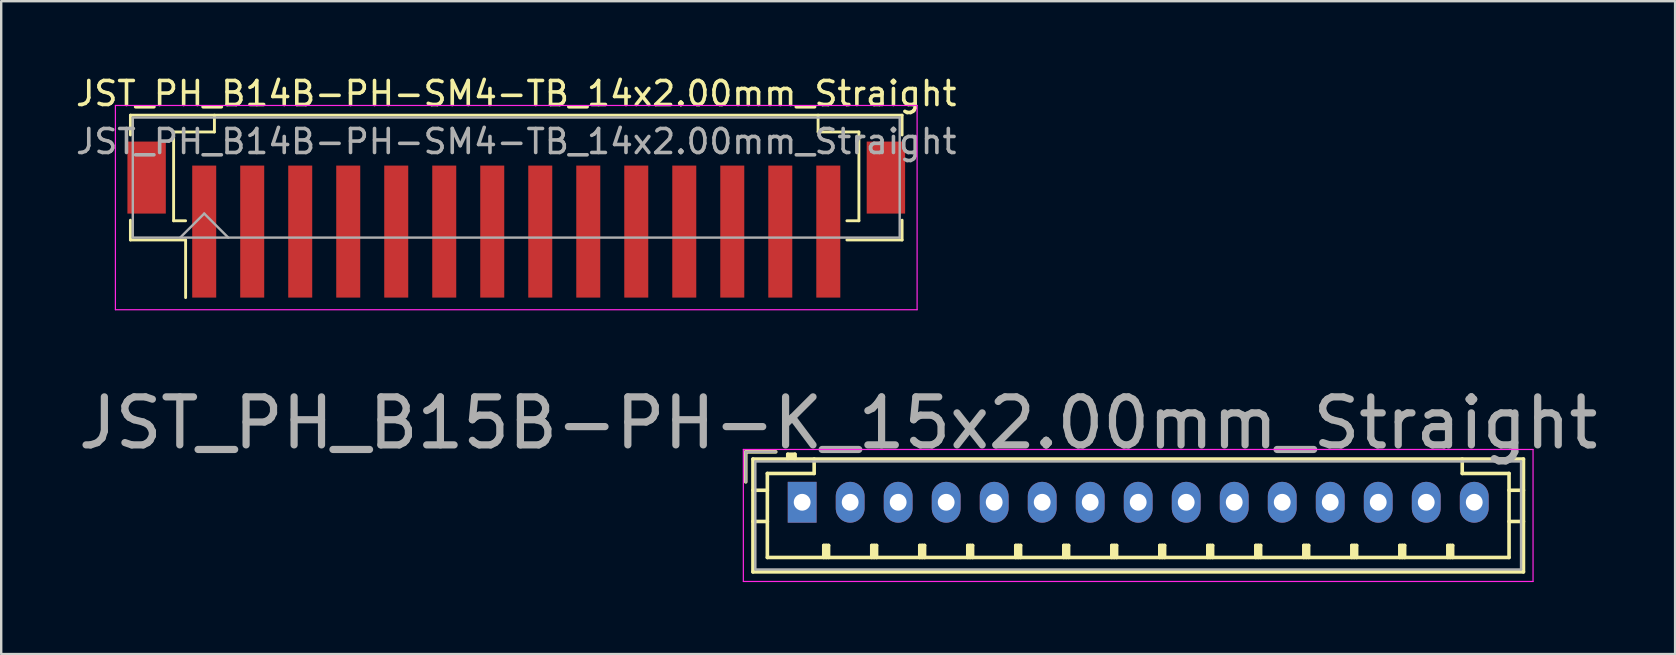
<source format=kicad_pcb>
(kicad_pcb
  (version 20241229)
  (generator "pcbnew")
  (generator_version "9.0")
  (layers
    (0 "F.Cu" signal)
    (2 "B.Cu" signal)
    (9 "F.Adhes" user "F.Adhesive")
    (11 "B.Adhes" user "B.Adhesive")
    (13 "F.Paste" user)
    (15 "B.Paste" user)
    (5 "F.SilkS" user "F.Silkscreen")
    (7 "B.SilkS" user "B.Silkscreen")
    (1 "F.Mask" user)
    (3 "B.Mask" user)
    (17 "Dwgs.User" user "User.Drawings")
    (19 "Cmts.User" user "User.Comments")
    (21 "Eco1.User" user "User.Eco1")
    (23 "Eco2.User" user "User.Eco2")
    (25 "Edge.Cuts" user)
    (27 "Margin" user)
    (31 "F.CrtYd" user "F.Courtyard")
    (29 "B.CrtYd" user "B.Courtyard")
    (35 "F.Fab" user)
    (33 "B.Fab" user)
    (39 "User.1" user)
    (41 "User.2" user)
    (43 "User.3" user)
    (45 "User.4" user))
  (footprint "JST_PH_B14B-PH-SM4-TB_14x2.00mm_Straight"
    (layer "F.Cu")
    (at 18.458 5.473)
    (property "Reference" "JST_PH_B14B-PH-SM4-TB_14x2.00mm_Straight" (at 0 -4.625 0) (layer "F.SilkS") (effects (font (size 1 1) (thickness 0.15))))
    (attr through_hole)
    (fp_line (start -16.075 -3.725) (end 16.075 -3.725) (stroke (width 0.12) (type solid)) (layer "F.SilkS"))
    (fp_line (start -16.075 -2.9) (end -16.075 -3.725) (stroke (width 0.12) (type solid)) (layer "F.SilkS"))
    (fp_line (start -16.075 0.65) (end -16.075 1.475) (stroke (width 0.12) (type solid)) (layer "F.SilkS"))
    (fp_line (start -16.075 1.475) (end -13.775 1.475) (stroke (width 0.12) (type solid)) (layer "F.SilkS"))
    (fp_line (start -14.275 -3.025) (end -14.275 0.675) (stroke (width 0.12) (type solid)) (layer "F.SilkS"))
    (fp_line (start -14.275 0.675) (end -13.775 0.675) (stroke (width 0.12) (type solid)) (layer "F.SilkS"))
    (fp_line (start -13.775 1.475) (end -13.775 3.875) (stroke (width 0.12) (type solid)) (layer "F.SilkS"))
    (fp_line (start -12.575 -3.725) (end -12.575 -3.025) (stroke (width 0.12) (type solid)) (layer "F.SilkS"))
    (fp_line (start -12.575 -3.025) (end -14.275 -3.025) (stroke (width 0.12) (type solid)) (layer "F.SilkS"))
    (fp_line (start 12.575 -3.725) (end 12.575 -3.025) (stroke (width 0.12) (type solid)) (layer "F.SilkS"))
    (fp_line (start 12.575 -3.025) (end 14.275 -3.025) (stroke (width 0.12) (type solid)) (layer "F.SilkS"))
    (fp_line (start 14.275 -3.025) (end 14.275 0.675) (stroke (width 0.12) (type solid)) (layer "F.SilkS"))
    (fp_line (start 14.275 0.675) (end 13.775 0.675) (stroke (width 0.12) (type solid)) (layer "F.SilkS"))
    (fp_line (start 16.075 -3.725) (end 16.075 -2.9) (stroke (width 0.12) (type solid)) (layer "F.SilkS"))
    (fp_line (start 16.075 0.65) (end 16.075 1.475) (stroke (width 0.12) (type solid)) (layer "F.SilkS"))
    (fp_line (start 16.075 1.475) (end 13.775 1.475) (stroke (width 0.12) (type solid)) (layer "F.SilkS"))
    (fp_line (start -16.7 -4.13) (end -16.7 4.38) (stroke (width 0.05) (type solid)) (layer "F.CrtYd"))
    (fp_line (start -16.7 4.38) (end 16.7 4.38) (stroke (width 0.05) (type solid)) (layer "F.CrtYd"))
    (fp_line (start 16.7 -4.13) (end -16.7 -4.13) (stroke (width 0.05) (type solid)) (layer "F.CrtYd"))
    (fp_line (start 16.7 4.38) (end 16.7 -4.13) (stroke (width 0.05) (type solid)) (layer "F.CrtYd"))
    (fp_line (start -15.975 -3.625) (end -15.975 1.375) (stroke (width 0.1) (type solid)) (layer "F.Fab"))
    (fp_line (start -15.975 1.375) (end 15.975 1.375) (stroke (width 0.1) (type solid)) (layer "F.Fab"))
    (fp_line (start -14 1.375) (end -13 0.375) (stroke (width 0.1) (type solid)) (layer "F.Fab"))
    (fp_line (start -13 0.375) (end -12 1.375) (stroke (width 0.1) (type solid)) (layer "F.Fab"))
    (fp_line (start 15.975 -3.625) (end -15.975 -3.625) (stroke (width 0.1) (type solid)) (layer "F.Fab"))
    (fp_line (start 15.975 1.375) (end 15.975 -3.625) (stroke (width 0.1) (type solid)) (layer "F.Fab"))
    (fp_text user "${REFERENCE}" (at 0 -2.625 0) (layer "F.Fab") (effects (font (size 1 1) (thickness 0.15))))
    (pad "" smd rect (at -15.4 -1.125) (size 1.6 3) (layers "F.Cu" "F.Mask" "F.Paste"))
    (pad "" smd rect (at 15.4 -1.125) (size 1.6 3) (layers "F.Cu" "F.Mask" "F.Paste"))
    (pad "0" smd rect (at -13 1.125) (size 1 5.5) (layers "F.Cu" "F.Mask" "F.Paste"))
    (pad "1" smd rect (at -11 1.125) (size 1 5.5) (layers "F.Cu" "F.Mask" "F.Paste"))
    (pad "2" smd rect (at -9 1.125) (size 1 5.5) (layers "F.Cu" "F.Mask" "F.Paste"))
    (pad "3" smd rect (at -7 1.125) (size 1 5.5) (layers "F.Cu" "F.Mask" "F.Paste"))
    (pad "4" smd rect (at -5 1.125) (size 1 5.5) (layers "F.Cu" "F.Mask" "F.Paste"))
    (pad "5" smd rect (at -3 1.125) (size 1 5.5) (layers "F.Cu" "F.Mask" "F.Paste"))
    (pad "6" smd rect (at -1 1.125) (size 1 5.5) (layers "F.Cu" "F.Mask" "F.Paste"))
    (pad "7" smd rect (at 1 1.125) (size 1 5.5) (layers "F.Cu" "F.Mask" "F.Paste"))
    (pad "8" smd rect (at 3 1.125) (size 1 5.5) (layers "F.Cu" "F.Mask" "F.Paste"))
    (pad "9" smd rect (at 5 1.125) (size 1 5.5) (layers "F.Cu" "F.Mask" "F.Paste"))
    (pad "10" smd rect (at 7 1.125) (size 1 5.5) (layers "F.Cu" "F.Mask" "F.Paste"))
    (pad "11" smd rect (at 9 1.125) (size 1 5.5) (layers "F.Cu" "F.Mask" "F.Paste"))
    (pad "12" smd rect (at 11 1.125) (size 1 5.5) (layers "F.Cu" "F.Mask" "F.Paste"))
    (pad "13" smd rect (at 13 1.125) (size 1 5.5) (layers "F.Cu" "F.Mask" "F.Paste")))
  (footprint "JST_PH_B15B-PH-K_15x2.00mm_Straight"
    (layer "F.Cu")
    (at 30.369 17.875)
    (property "Reference" "JST_PH_B15B-PH-K_15x2.00mm_Straight" (at 1.5 -3.3 0) (layer "F.Fab") (effects (font (size 2 2) (thickness 0.3))))
    (attr through_hole)
    (fp_line (start -2.35 -2.1) (end -2.35 -0.85) (stroke (width 0.15) (type solid)) (layer "F.SilkS"))
    (fp_line (start -2.05 -1.8) (end -2.05 2.9) (stroke (width 0.15) (type solid)) (layer "F.SilkS"))
    (fp_line (start -2.05 -0.5) (end -1.45 -0.5) (stroke (width 0.15) (type solid)) (layer "F.SilkS"))
    (fp_line (start -2.05 0.8) (end -1.45 0.8) (stroke (width 0.15) (type solid)) (layer "F.SilkS"))
    (fp_line (start -2.05 2.9) (end 30.05 2.9) (stroke (width 0.15) (type solid)) (layer "F.SilkS"))
    (fp_line (start -1.45 -1.2) (end -1.45 2.3) (stroke (width 0.15) (type solid)) (layer "F.SilkS"))
    (fp_line (start -1.45 2.3) (end 29.45 2.3) (stroke (width 0.15) (type solid)) (layer "F.SilkS"))
    (fp_line (start -1.1 -2.1) (end -2.35 -2.1) (stroke (width 0.15) (type solid)) (layer "F.SilkS"))
    (fp_line (start -0.6 -2) (end -0.6 -1.8) (stroke (width 0.15) (type solid)) (layer "F.SilkS"))
    (fp_line (start -0.3 -2) (end -0.6 -2) (stroke (width 0.15) (type solid)) (layer "F.SilkS"))
    (fp_line (start -0.3 -1.9) (end -0.6 -1.9) (stroke (width 0.15) (type solid)) (layer "F.SilkS"))
    (fp_line (start -0.3 -1.8) (end -0.3 -2) (stroke (width 0.15) (type solid)) (layer "F.SilkS"))
    (fp_line (start 0.5 -1.8) (end 0.5 -1.2) (stroke (width 0.15) (type solid)) (layer "F.SilkS"))
    (fp_line (start 0.5 -1.2) (end -1.45 -1.2) (stroke (width 0.15) (type solid)) (layer "F.SilkS"))
    (fp_line (start 0.9 1.8) (end 1.1 1.8) (stroke (width 0.15) (type solid)) (layer "F.SilkS"))
    (fp_line (start 0.9 2.3) (end 0.9 1.8) (stroke (width 0.15) (type solid)) (layer "F.SilkS"))
    (fp_line (start 1 2.3) (end 1 1.8) (stroke (width 0.15) (type solid)) (layer "F.SilkS"))
    (fp_line (start 1.1 1.8) (end 1.1 2.3) (stroke (width 0.15) (type solid)) (layer "F.SilkS"))
    (fp_line (start 2.9 1.8) (end 3.1 1.8) (stroke (width 0.15) (type solid)) (layer "F.SilkS"))
    (fp_line (start 2.9 2.3) (end 2.9 1.8) (stroke (width 0.15) (type solid)) (layer "F.SilkS"))
    (fp_line (start 3 2.3) (end 3 1.8) (stroke (width 0.15) (type solid)) (layer "F.SilkS"))
    (fp_line (start 3.1 1.8) (end 3.1 2.3) (stroke (width 0.15) (type solid)) (layer "F.SilkS"))
    (fp_line (start 4.9 1.8) (end 5.1 1.8) (stroke (width 0.15) (type solid)) (layer "F.SilkS"))
    (fp_line (start 4.9 2.3) (end 4.9 1.8) (stroke (width 0.15) (type solid)) (layer "F.SilkS"))
    (fp_line (start 5 2.3) (end 5 1.8) (stroke (width 0.15) (type solid)) (layer "F.SilkS"))
    (fp_line (start 5.1 1.8) (end 5.1 2.3) (stroke (width 0.15) (type solid)) (layer "F.SilkS"))
    (fp_line (start 6.9 1.8) (end 7.1 1.8) (stroke (width 0.15) (type solid)) (layer "F.SilkS"))
    (fp_line (start 6.9 2.3) (end 6.9 1.8) (stroke (width 0.15) (type solid)) (layer "F.SilkS"))
    (fp_line (start 7 2.3) (end 7 1.8) (stroke (width 0.15) (type solid)) (layer "F.SilkS"))
    (fp_line (start 7.1 1.8) (end 7.1 2.3) (stroke (width 0.15) (type solid)) (layer "F.SilkS"))
    (fp_line (start 8.9 1.8) (end 9.1 1.8) (stroke (width 0.15) (type solid)) (layer "F.SilkS"))
    (fp_line (start 8.9 2.3) (end 8.9 1.8) (stroke (width 0.15) (type solid)) (layer "F.SilkS"))
    (fp_line (start 9 2.3) (end 9 1.8) (stroke (width 0.15) (type solid)) (layer "F.SilkS"))
    (fp_line (start 9.1 1.8) (end 9.1 2.3) (stroke (width 0.15) (type solid)) (layer "F.SilkS"))
    (fp_line (start 10.9 1.8) (end 11.1 1.8) (stroke (width 0.15) (type solid)) (layer "F.SilkS"))
    (fp_line (start 10.9 2.3) (end 10.9 1.8) (stroke (width 0.15) (type solid)) (layer "F.SilkS"))
    (fp_line (start 11 2.3) (end 11 1.8) (stroke (width 0.15) (type solid)) (layer "F.SilkS"))
    (fp_line (start 11.1 1.8) (end 11.1 2.3) (stroke (width 0.15) (type solid)) (layer "F.SilkS"))
    (fp_line (start 12.9 1.8) (end 13.1 1.8) (stroke (width 0.15) (type solid)) (layer "F.SilkS"))
    (fp_line (start 12.9 2.3) (end 12.9 1.8) (stroke (width 0.15) (type solid)) (layer "F.SilkS"))
    (fp_line (start 13 2.3) (end 13 1.8) (stroke (width 0.15) (type solid)) (layer "F.SilkS"))
    (fp_line (start 13.1 1.8) (end 13.1 2.3) (stroke (width 0.15) (type solid)) (layer "F.SilkS"))
    (fp_line (start 14.9 1.8) (end 15.1 1.8) (stroke (width 0.15) (type solid)) (layer "F.SilkS"))
    (fp_line (start 14.9 2.3) (end 14.9 1.8) (stroke (width 0.15) (type solid)) (layer "F.SilkS"))
    (fp_line (start 15 2.3) (end 15 1.8) (stroke (width 0.15) (type solid)) (layer "F.SilkS"))
    (fp_line (start 15.1 1.8) (end 15.1 2.3) (stroke (width 0.15) (type solid)) (layer "F.SilkS"))
    (fp_line (start 16.9 1.8) (end 17.1 1.8) (stroke (width 0.15) (type solid)) (layer "F.SilkS"))
    (fp_line (start 16.9 2.3) (end 16.9 1.8) (stroke (width 0.15) (type solid)) (layer "F.SilkS"))
    (fp_line (start 17 2.3) (end 17 1.8) (stroke (width 0.15) (type solid)) (layer "F.SilkS"))
    (fp_line (start 17.1 1.8) (end 17.1 2.3) (stroke (width 0.15) (type solid)) (layer "F.SilkS"))
    (fp_line (start 18.9 1.8) (end 19.1 1.8) (stroke (width 0.15) (type solid)) (layer "F.SilkS"))
    (fp_line (start 18.9 2.3) (end 18.9 1.8) (stroke (width 0.15) (type solid)) (layer "F.SilkS"))
    (fp_line (start 19 2.3) (end 19 1.8) (stroke (width 0.15) (type solid)) (layer "F.SilkS"))
    (fp_line (start 19.1 1.8) (end 19.1 2.3) (stroke (width 0.15) (type solid)) (layer "F.SilkS"))
    (fp_line (start 20.9 1.8) (end 21.1 1.8) (stroke (width 0.15) (type solid)) (layer "F.SilkS"))
    (fp_line (start 20.9 2.3) (end 20.9 1.8) (stroke (width 0.15) (type solid)) (layer "F.SilkS"))
    (fp_line (start 21 2.3) (end 21 1.8) (stroke (width 0.15) (type solid)) (layer "F.SilkS"))
    (fp_line (start 21.1 1.8) (end 21.1 2.3) (stroke (width 0.15) (type solid)) (layer "F.SilkS"))
    (fp_line (start 22.9 1.8) (end 23.1 1.8) (stroke (width 0.15) (type solid)) (layer "F.SilkS"))
    (fp_line (start 22.9 2.3) (end 22.9 1.8) (stroke (width 0.15) (type solid)) (layer "F.SilkS"))
    (fp_line (start 23 2.3) (end 23 1.8) (stroke (width 0.15) (type solid)) (layer "F.SilkS"))
    (fp_line (start 23.1 1.8) (end 23.1 2.3) (stroke (width 0.15) (type solid)) (layer "F.SilkS"))
    (fp_line (start 24.9 1.8) (end 25.1 1.8) (stroke (width 0.15) (type solid)) (layer "F.SilkS"))
    (fp_line (start 24.9 2.3) (end 24.9 1.8) (stroke (width 0.15) (type solid)) (layer "F.SilkS"))
    (fp_line (start 25 2.3) (end 25 1.8) (stroke (width 0.15) (type solid)) (layer "F.SilkS"))
    (fp_line (start 25.1 1.8) (end 25.1 2.3) (stroke (width 0.15) (type solid)) (layer "F.SilkS"))
    (fp_line (start 26.9 1.8) (end 27.1 1.8) (stroke (width 0.15) (type solid)) (layer "F.SilkS"))
    (fp_line (start 26.9 2.3) (end 26.9 1.8) (stroke (width 0.15) (type solid)) (layer "F.SilkS"))
    (fp_line (start 27 2.3) (end 27 1.8) (stroke (width 0.15) (type solid)) (layer "F.SilkS"))
    (fp_line (start 27.1 1.8) (end 27.1 2.3) (stroke (width 0.15) (type solid)) (layer "F.SilkS"))
    (fp_line (start 27.5 -1.2) (end 27.5 -1.8) (stroke (width 0.15) (type solid)) (layer "F.SilkS"))
    (fp_line (start 29.45 -1.2) (end 27.5 -1.2) (stroke (width 0.15) (type solid)) (layer "F.SilkS"))
    (fp_line (start 29.45 2.3) (end 29.45 -1.2) (stroke (width 0.15) (type solid)) (layer "F.SilkS"))
    (fp_line (start 30.05 -1.8) (end -2.05 -1.8) (stroke (width 0.15) (type solid)) (layer "F.SilkS"))
    (fp_line (start 30.05 -0.5) (end 29.45 -0.5) (stroke (width 0.15) (type solid)) (layer "F.SilkS"))
    (fp_line (start 30.05 0.8) (end 29.45 0.8) (stroke (width 0.15) (type solid)) (layer "F.SilkS"))
    (fp_line (start 30.05 2.9) (end 30.05 -1.8) (stroke (width 0.15) (type solid)) (layer "F.SilkS"))
    (fp_line (start -2.45 -2.2) (end -2.45 3.3) (stroke (width 0.05) (type solid)) (layer "F.CrtYd"))
    (fp_line (start -2.45 3.3) (end 30.45 3.3) (stroke (width 0.05) (type solid)) (layer "F.CrtYd"))
    (fp_line (start 30.45 -2.2) (end -2.45 -2.2) (stroke (width 0.05) (type solid)) (layer "F.CrtYd"))
    (fp_line (start 30.45 3.3) (end 30.45 -2.2) (stroke (width 0.05) (type solid)) (layer "F.CrtYd"))
    (fp_line (start -2.35 -2.1) (end -2.35 -0.85) (stroke (width 0.1) (type solid)) (layer "F.Fab"))
    (fp_line (start -1.95 -1.7) (end -1.95 2.8) (stroke (width 0.1) (type solid)) (layer "F.Fab"))
    (fp_line (start -1.95 2.8) (end 29.95 2.8) (stroke (width 0.1) (type solid)) (layer "F.Fab"))
    (fp_line (start -1.1 -2.1) (end -2.35 -2.1) (stroke (width 0.1) (type solid)) (layer "F.Fab"))
    (fp_line (start 29.95 -1.7) (end -1.95 -1.7) (stroke (width 0.1) (type solid)) (layer "F.Fab"))
    (fp_line (start 29.95 2.8) (end 29.95 -1.7) (stroke (width 0.1) (type solid)) (layer "F.Fab"))
    (pad "1" thru_hole rect (at 0 0) (size 1.2 1.7) (drill 0.7) (layers "*.Cu" "*.Mask"))
    (pad "2" thru_hole oval (at 2 0) (size 1.2 1.7) (drill 0.7) (layers "*.Cu" "*.Mask"))
    (pad "3" thru_hole oval (at 4 0) (size 1.2 1.7) (drill 0.7) (layers "*.Cu" "*.Mask"))
    (pad "4" thru_hole oval (at 6 0) (size 1.2 1.7) (drill 0.7) (layers "*.Cu" "*.Mask"))
    (pad "5" thru_hole oval (at 8 0) (size 1.2 1.7) (drill 0.7) (layers "*.Cu" "*.Mask"))
    (pad "6" thru_hole oval (at 10 0) (size 1.2 1.7) (drill 0.7) (layers "*.Cu" "*.Mask"))
    (pad "7" thru_hole oval (at 12 0) (size 1.2 1.7) (drill 0.7) (layers "*.Cu" "*.Mask"))
    (pad "8" thru_hole oval (at 14 0) (size 1.2 1.7) (drill 0.7) (layers "*.Cu" "*.Mask"))
    (pad "9" thru_hole oval (at 16 0) (size 1.2 1.7) (drill 0.7) (layers "*.Cu" "*.Mask"))
    (pad "10" thru_hole oval (at 18 0) (size 1.2 1.7) (drill 0.7) (layers "*.Cu" "*.Mask"))
    (pad "11" thru_hole oval (at 20 0) (size 1.2 1.7) (drill 0.7) (layers "*.Cu" "*.Mask"))
    (pad "12" thru_hole oval (at 22 0) (size 1.2 1.7) (drill 0.7) (layers "*.Cu" "*.Mask"))
    (pad "13" thru_hole oval (at 24 0) (size 1.2 1.7) (drill 0.7) (layers "*.Cu" "*.Mask"))
    (pad "14" thru_hole oval (at 26 0) (size 1.2 1.7) (drill 0.7) (layers "*.Cu" "*.Mask"))
    (pad "15" thru_hole oval (at 28 0) (size 1.2 1.7) (drill 0.7) (layers "*.Cu" "*.Mask")))
  (gr_rect
    (start -3 -3)
    (end 66.738 24.2)
    (stroke (width 0.1) (type default))
    (fill no)
    (layer "Edge.Cuts")))
</source>
